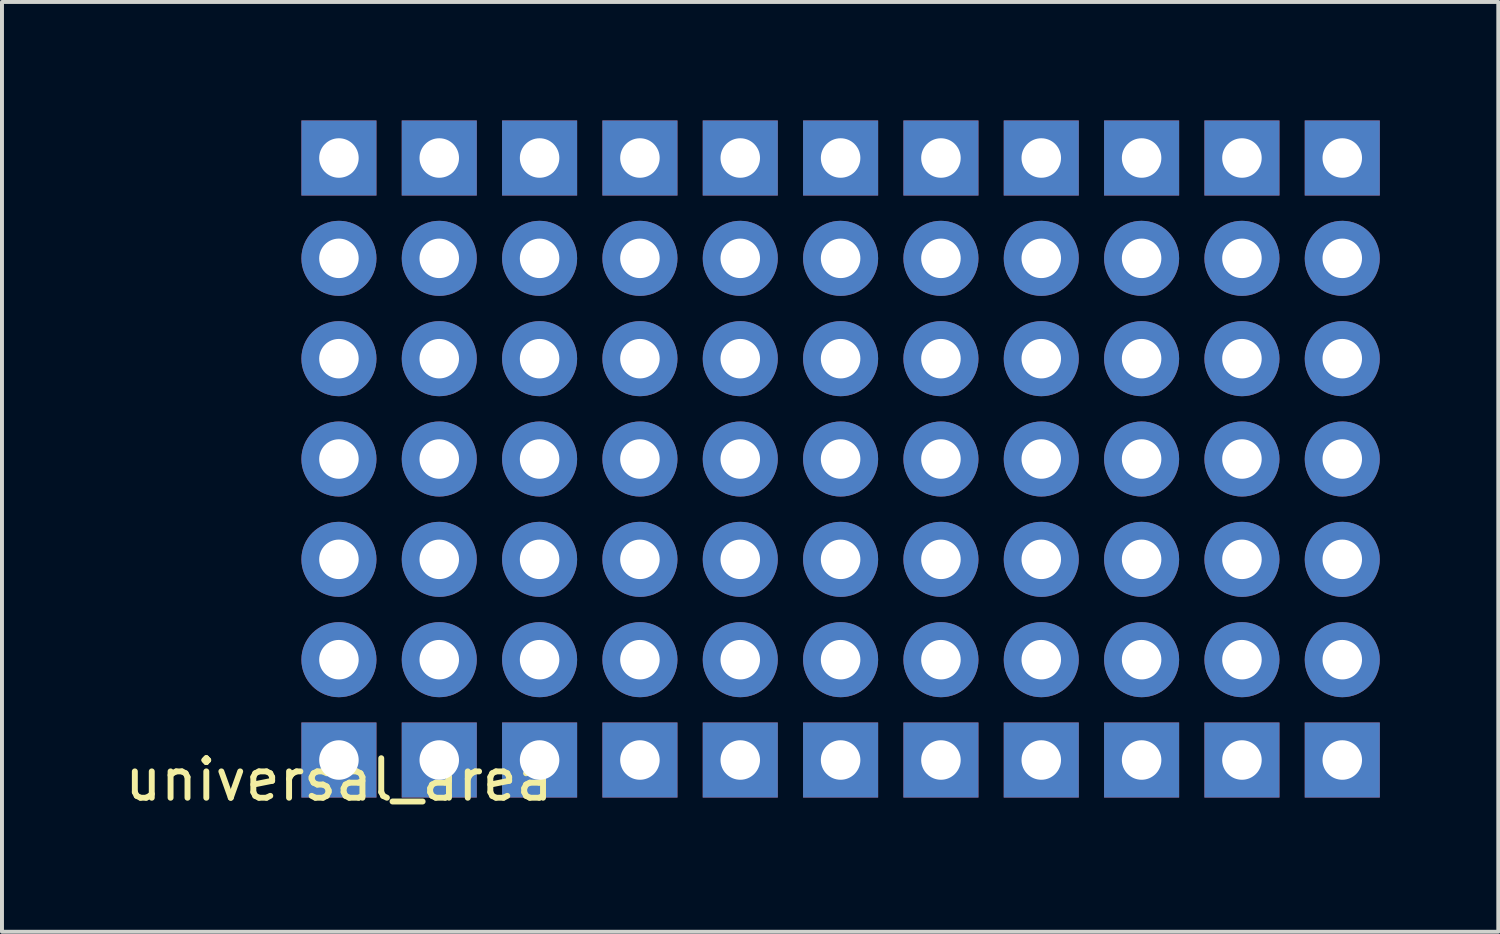
<source format=kicad_pcb>
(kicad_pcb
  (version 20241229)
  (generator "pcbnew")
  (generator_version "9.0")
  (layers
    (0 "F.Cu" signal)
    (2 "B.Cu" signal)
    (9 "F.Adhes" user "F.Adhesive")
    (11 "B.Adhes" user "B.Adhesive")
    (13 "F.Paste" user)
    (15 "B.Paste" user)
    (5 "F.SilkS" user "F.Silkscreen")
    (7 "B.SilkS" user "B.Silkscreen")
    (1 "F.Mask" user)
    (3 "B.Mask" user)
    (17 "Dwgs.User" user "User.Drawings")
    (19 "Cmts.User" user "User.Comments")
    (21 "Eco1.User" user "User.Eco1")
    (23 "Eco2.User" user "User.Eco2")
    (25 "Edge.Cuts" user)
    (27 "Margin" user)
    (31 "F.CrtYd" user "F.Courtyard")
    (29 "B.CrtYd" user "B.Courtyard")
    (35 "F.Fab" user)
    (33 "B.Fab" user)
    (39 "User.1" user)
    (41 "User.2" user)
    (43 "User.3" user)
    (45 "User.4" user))
  (footprint "universal_area"
    (layer "F.Cu")
    (at 5.53 16.19)
    (property "Reference" "universal_area" (at 0 0.5 0) (layer "F.SilkS") (effects (font (size 1 1) (thickness 0.15))))
    (attr through_hole)
    (pad "1" thru_hole rect (at 0 0) (size 1.9 1.9) (drill 1) (layers "*.Cu" "*.Mask"))
    (pad "1" thru_hole rect (at 2.54 0) (size 1.9 1.9) (drill 1) (layers "*.Cu" "*.Mask"))
    (pad "1" thru_hole rect (at 5.08 0) (size 1.9 1.9) (drill 1) (layers "*.Cu" "*.Mask"))
    (pad "1" thru_hole rect (at 7.62 0) (size 1.9 1.9) (drill 1) (layers "*.Cu" "*.Mask"))
    (pad "1" thru_hole rect (at 10.16 0) (size 1.9 1.9) (drill 1) (layers "*.Cu" "*.Mask"))
    (pad "1" thru_hole rect (at 12.7 0) (size 1.9 1.9) (drill 1) (layers "*.Cu" "*.Mask"))
    (pad "1" thru_hole rect (at 15.24 0) (size 1.9 1.9) (drill 1) (layers "*.Cu" "*.Mask"))
    (pad "1" thru_hole rect (at 17.78 0) (size 1.9 1.9) (drill 1) (layers "*.Cu" "*.Mask"))
    (pad "1" thru_hole rect (at 20.32 0) (size 1.9 1.9) (drill 1) (layers "*.Cu" "*.Mask"))
    (pad "1" thru_hole rect (at 22.86 0) (size 1.9 1.9) (drill 1) (layers "*.Cu" "*.Mask"))
    (pad "1" thru_hole rect (at 25.4 0) (size 1.9 1.9) (drill 1) (layers "*.Cu" "*.Mask"))
    (pad "2" thru_hole rect (at 0 -15.24) (size 1.9 1.9) (drill 1) (layers "*.Cu" "*.Mask"))
    (pad "2" thru_hole rect (at 2.54 -15.24) (size 1.9 1.9) (drill 1) (layers "*.Cu" "*.Mask"))
    (pad "2" thru_hole rect (at 5.08 -15.24) (size 1.9 1.9) (drill 1) (layers "*.Cu" "*.Mask"))
    (pad "2" thru_hole rect (at 7.62 -15.24) (size 1.9 1.9) (drill 1) (layers "*.Cu" "*.Mask"))
    (pad "2" thru_hole rect (at 10.16 -15.24) (size 1.9 1.9) (drill 1) (layers "*.Cu" "*.Mask"))
    (pad "2" thru_hole rect (at 12.7 -15.24) (size 1.9 1.9) (drill 1) (layers "*.Cu" "*.Mask"))
    (pad "2" thru_hole rect (at 15.24 -15.24) (size 1.9 1.9) (drill 1) (layers "*.Cu" "*.Mask"))
    (pad "2" thru_hole rect (at 17.78 -15.24) (size 1.9 1.9) (drill 1) (layers "*.Cu" "*.Mask"))
    (pad "2" thru_hole rect (at 20.32 -15.24) (size 1.9 1.9) (drill 1) (layers "*.Cu" "*.Mask"))
    (pad "2" thru_hole rect (at 22.86 -15.24) (size 1.9 1.9) (drill 1) (layers "*.Cu" "*.Mask"))
    (pad "2" thru_hole rect (at 25.4 -15.24) (size 1.9 1.9) (drill 1) (layers "*.Cu" "*.Mask"))
    (pad "~" thru_hole circle (at 0 -12.7) (size 1.9 1.9) (drill 1) (layers "*.Cu" "*.Mask"))
    (pad "~" thru_hole circle (at 0 -10.16) (size 1.9 1.9) (drill 1) (layers "*.Cu" "*.Mask"))
    (pad "~" thru_hole circle (at 0 -7.62) (size 1.9 1.9) (drill 1) (layers "*.Cu" "*.Mask"))
    (pad "~" thru_hole circle (at 0 -5.08) (size 1.9 1.9) (drill 1) (layers "*.Cu" "*.Mask"))
    (pad "~" thru_hole circle (at 0 -2.54) (size 1.9 1.9) (drill 1) (layers "*.Cu" "*.Mask"))
    (pad "~" thru_hole circle (at 2.54 -12.7) (size 1.9 1.9) (drill 1) (layers "*.Cu" "*.Mask"))
    (pad "~" thru_hole circle (at 2.54 -10.16) (size 1.9 1.9) (drill 1) (layers "*.Cu" "*.Mask"))
    (pad "~" thru_hole circle (at 2.54 -7.62) (size 1.9 1.9) (drill 1) (layers "*.Cu" "*.Mask"))
    (pad "~" thru_hole circle (at 2.54 -5.08) (size 1.9 1.9) (drill 1) (layers "*.Cu" "*.Mask"))
    (pad "~" thru_hole circle (at 2.54 -2.54) (size 1.9 1.9) (drill 1) (layers "*.Cu" "*.Mask"))
    (pad "~" thru_hole circle (at 5.08 -12.7) (size 1.9 1.9) (drill 1) (layers "*.Cu" "*.Mask"))
    (pad "~" thru_hole circle (at 5.08 -10.16) (size 1.9 1.9) (drill 1) (layers "*.Cu" "*.Mask"))
    (pad "~" thru_hole circle (at 5.08 -7.62) (size 1.9 1.9) (drill 1) (layers "*.Cu" "*.Mask"))
    (pad "~" thru_hole circle (at 5.08 -5.08) (size 1.9 1.9) (drill 1) (layers "*.Cu" "*.Mask"))
    (pad "~" thru_hole circle (at 5.08 -2.54) (size 1.9 1.9) (drill 1) (layers "*.Cu" "*.Mask"))
    (pad "~" thru_hole circle (at 7.62 -12.7) (size 1.9 1.9) (drill 1) (layers "*.Cu" "*.Mask"))
    (pad "~" thru_hole circle (at 7.62 -10.16) (size 1.9 1.9) (drill 1) (layers "*.Cu" "*.Mask"))
    (pad "~" thru_hole circle (at 7.62 -7.62) (size 1.9 1.9) (drill 1) (layers "*.Cu" "*.Mask"))
    (pad "~" thru_hole circle (at 7.62 -5.08) (size 1.9 1.9) (drill 1) (layers "*.Cu" "*.Mask"))
    (pad "~" thru_hole circle (at 7.62 -2.54) (size 1.9 1.9) (drill 1) (layers "*.Cu" "*.Mask"))
    (pad "~" thru_hole circle (at 10.16 -12.7) (size 1.9 1.9) (drill 1) (layers "*.Cu" "*.Mask"))
    (pad "~" thru_hole circle (at 10.16 -10.16) (size 1.9 1.9) (drill 1) (layers "*.Cu" "*.Mask"))
    (pad "~" thru_hole circle (at 10.16 -7.62) (size 1.9 1.9) (drill 1) (layers "*.Cu" "*.Mask"))
    (pad "~" thru_hole circle (at 10.16 -5.08) (size 1.9 1.9) (drill 1) (layers "*.Cu" "*.Mask"))
    (pad "~" thru_hole circle (at 10.16 -2.54) (size 1.9 1.9) (drill 1) (layers "*.Cu" "*.Mask"))
    (pad "~" thru_hole circle (at 12.7 -12.7) (size 1.9 1.9) (drill 1) (layers "*.Cu" "*.Mask"))
    (pad "~" thru_hole circle (at 12.7 -10.16) (size 1.9 1.9) (drill 1) (layers "*.Cu" "*.Mask"))
    (pad "~" thru_hole circle (at 12.7 -7.62) (size 1.9 1.9) (drill 1) (layers "*.Cu" "*.Mask"))
    (pad "~" thru_hole circle (at 12.7 -5.08) (size 1.9 1.9) (drill 1) (layers "*.Cu" "*.Mask"))
    (pad "~" thru_hole circle (at 12.7 -2.54) (size 1.9 1.9) (drill 1) (layers "*.Cu" "*.Mask"))
    (pad "~" thru_hole circle (at 15.24 -12.7) (size 1.9 1.9) (drill 1) (layers "*.Cu" "*.Mask"))
    (pad "~" thru_hole circle (at 15.24 -10.16) (size 1.9 1.9) (drill 1) (layers "*.Cu" "*.Mask"))
    (pad "~" thru_hole circle (at 15.24 -7.62) (size 1.9 1.9) (drill 1) (layers "*.Cu" "*.Mask"))
    (pad "~" thru_hole circle (at 15.24 -5.08) (size 1.9 1.9) (drill 1) (layers "*.Cu" "*.Mask"))
    (pad "~" thru_hole circle (at 15.24 -2.54) (size 1.9 1.9) (drill 1) (layers "*.Cu" "*.Mask"))
    (pad "~" thru_hole circle (at 17.78 -12.7) (size 1.9 1.9) (drill 1) (layers "*.Cu" "*.Mask"))
    (pad "~" thru_hole circle (at 17.78 -10.16) (size 1.9 1.9) (drill 1) (layers "*.Cu" "*.Mask"))
    (pad "~" thru_hole circle (at 17.78 -7.62) (size 1.9 1.9) (drill 1) (layers "*.Cu" "*.Mask"))
    (pad "~" thru_hole circle (at 17.78 -5.08) (size 1.9 1.9) (drill 1) (layers "*.Cu" "*.Mask"))
    (pad "~" thru_hole circle (at 17.78 -2.54) (size 1.9 1.9) (drill 1) (layers "*.Cu" "*.Mask"))
    (pad "~" thru_hole circle (at 20.32 -12.7) (size 1.9 1.9) (drill 1) (layers "*.Cu" "*.Mask"))
    (pad "~" thru_hole circle (at 20.32 -10.16) (size 1.9 1.9) (drill 1) (layers "*.Cu" "*.Mask"))
    (pad "~" thru_hole circle (at 20.32 -7.62) (size 1.9 1.9) (drill 1) (layers "*.Cu" "*.Mask"))
    (pad "~" thru_hole circle (at 20.32 -5.08) (size 1.9 1.9) (drill 1) (layers "*.Cu" "*.Mask"))
    (pad "~" thru_hole circle (at 20.32 -2.54) (size 1.9 1.9) (drill 1) (layers "*.Cu" "*.Mask"))
    (pad "~" thru_hole circle (at 22.86 -12.7) (size 1.9 1.9) (drill 1) (layers "*.Cu" "*.Mask"))
    (pad "~" thru_hole circle (at 22.86 -10.16) (size 1.9 1.9) (drill 1) (layers "*.Cu" "*.Mask"))
    (pad "~" thru_hole circle (at 22.86 -7.62) (size 1.9 1.9) (drill 1) (layers "*.Cu" "*.Mask"))
    (pad "~" thru_hole circle (at 22.86 -5.08) (size 1.9 1.9) (drill 1) (layers "*.Cu" "*.Mask"))
    (pad "~" thru_hole circle (at 22.86 -2.54) (size 1.9 1.9) (drill 1) (layers "*.Cu" "*.Mask"))
    (pad "~" thru_hole circle (at 25.4 -12.7) (size 1.9 1.9) (drill 1) (layers "*.Cu" "*.Mask"))
    (pad "~" thru_hole circle (at 25.4 -10.16) (size 1.9 1.9) (drill 1) (layers "*.Cu" "*.Mask"))
    (pad "~" thru_hole circle (at 25.4 -7.62) (size 1.9 1.9) (drill 1) (layers "*.Cu" "*.Mask"))
    (pad "~" thru_hole circle (at 25.4 -5.08) (size 1.9 1.9) (drill 1) (layers "*.Cu" "*.Mask"))
    (pad "~" thru_hole circle (at 25.4 -2.54) (size 1.9 1.9) (drill 1) (layers "*.Cu" "*.Mask")))
  (gr_rect
    (start -3 -3)
    (end 34.88 20.538)
    (stroke (width 0.1) (type default))
    (fill no)
    (layer "Edge.Cuts")))
</source>
